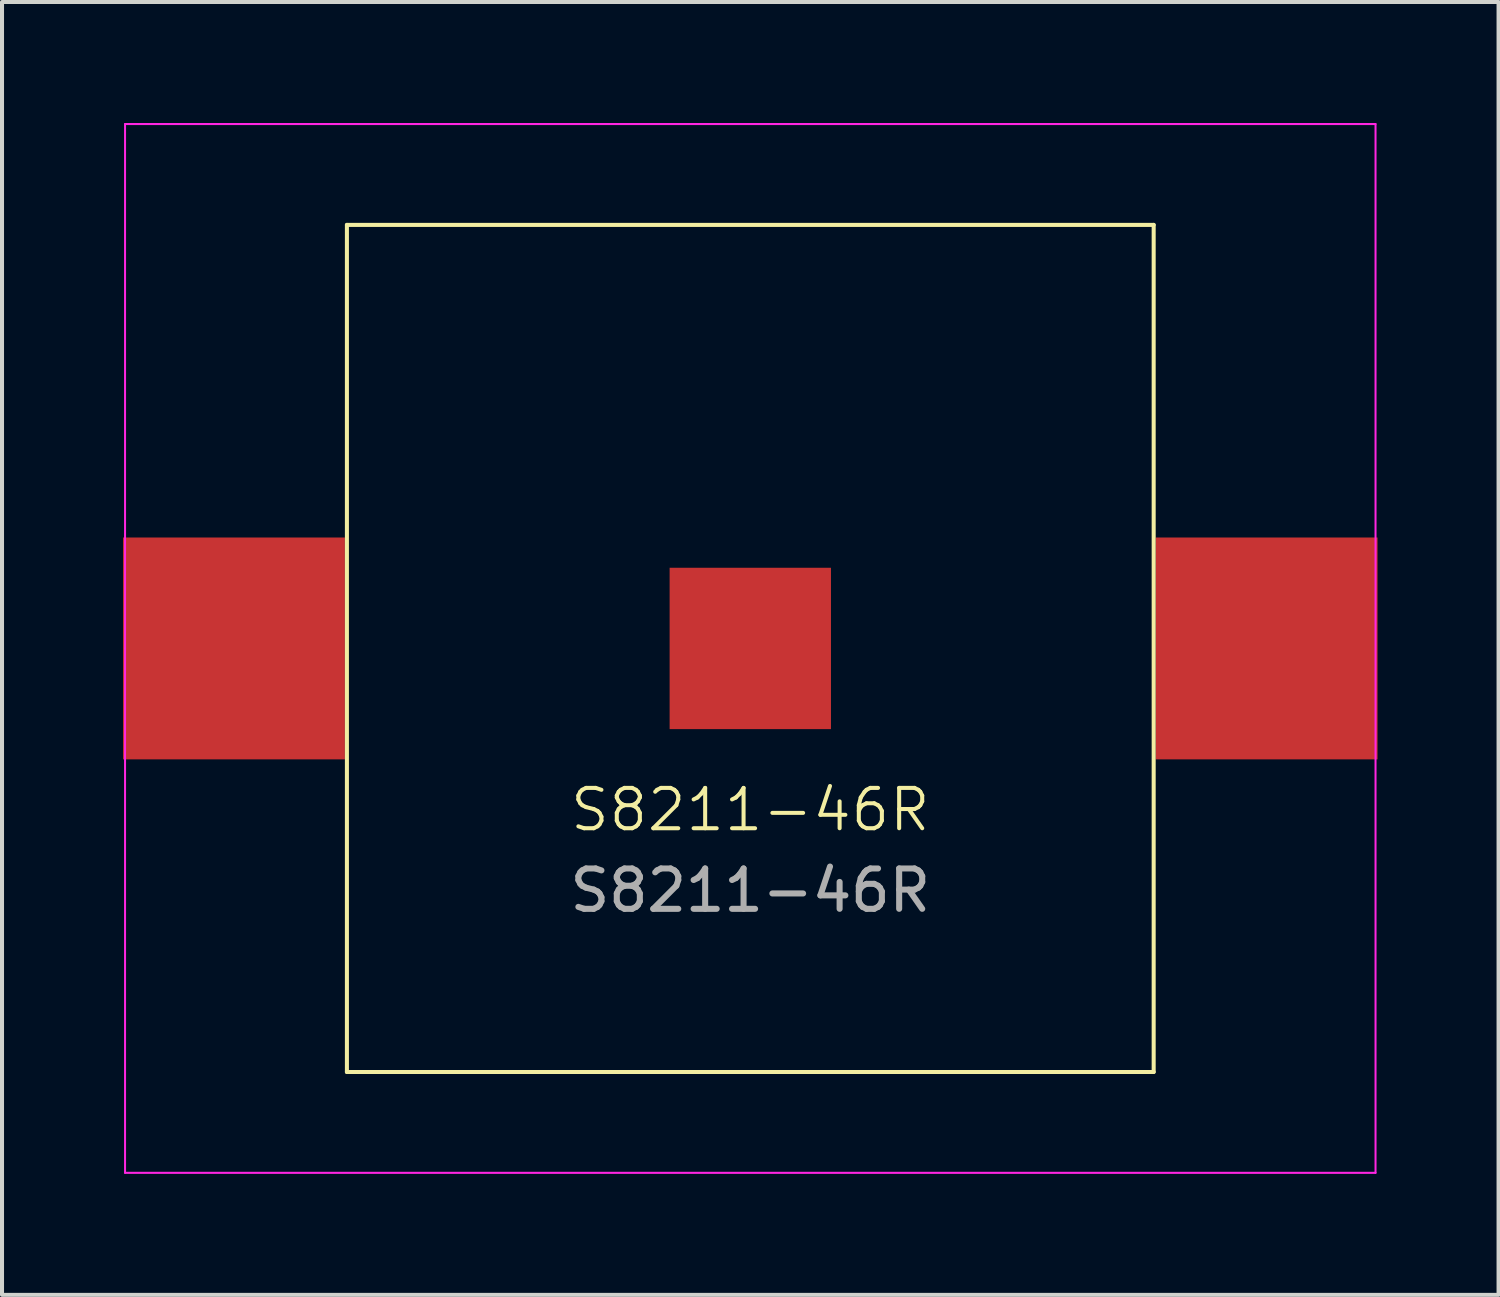
<source format=kicad_pcb>
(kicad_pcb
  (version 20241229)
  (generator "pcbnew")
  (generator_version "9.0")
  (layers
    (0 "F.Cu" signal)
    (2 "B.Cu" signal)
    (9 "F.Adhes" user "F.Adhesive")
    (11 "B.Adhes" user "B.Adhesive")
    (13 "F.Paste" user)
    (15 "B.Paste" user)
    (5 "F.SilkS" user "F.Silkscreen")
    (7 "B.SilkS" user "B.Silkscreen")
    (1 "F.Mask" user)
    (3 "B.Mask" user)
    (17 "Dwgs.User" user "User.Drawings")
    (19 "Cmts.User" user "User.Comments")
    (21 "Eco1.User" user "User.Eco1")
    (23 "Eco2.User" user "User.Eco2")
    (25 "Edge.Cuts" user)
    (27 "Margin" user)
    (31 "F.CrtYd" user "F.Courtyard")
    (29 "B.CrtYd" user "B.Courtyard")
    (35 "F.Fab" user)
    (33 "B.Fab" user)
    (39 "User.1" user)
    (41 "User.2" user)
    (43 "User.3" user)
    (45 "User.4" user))
  (footprint "S8211-46R"
    (layer "F.Cu")
    (at 15.55 13.025)
    (property "Reference" "S8211-46R" (at 0 4 0) (unlocked yes) (layer "F.SilkS") (effects (font (size 1 1) (thickness 0.1))))
    (attr smd)
    (fp_line (start -10 -10.5) (end 10 -10.5) (stroke (width 0.1) (type default)) (layer "F.SilkS"))
    (fp_line (start -10 10.5) (end -10 -10.5) (stroke (width 0.1) (type default)) (layer "F.SilkS"))
    (fp_line (start 10 -10.5) (end 10 10.5) (stroke (width 0.1) (type default)) (layer "F.SilkS"))
    (fp_line (start 10 10.5) (end -10 10.5) (stroke (width 0.1) (type default)) (layer "F.SilkS"))
    (fp_line (start -15.5 -13) (end 15.5 -13) (stroke (width 0.05) (type default)) (layer "F.CrtYd"))
    (fp_line (start -15.5 0) (end -15.5 -13) (stroke (width 0.05) (type default)) (layer "F.CrtYd"))
    (fp_line (start -15.5 13) (end -15.5 0) (stroke (width 0.05) (type default)) (layer "F.CrtYd"))
    (fp_line (start 15.5 -13) (end 15.5 13) (stroke (width 0.05) (type default)) (layer "F.CrtYd"))
    (fp_line (start 15.5 13) (end -15.5 13) (stroke (width 0.05) (type default)) (layer "F.CrtYd"))
    (fp_text user "${REFERENCE}" (at 0 6 0) (unlocked yes) (layer "F.Fab") (effects (font (size 1 1) (thickness 0.15))))
    (pad "1" smd rect (at -12.8 0) (size 5.5 5.5) (layers "F.Cu" "F.Mask" "F.Paste"))
    (pad "1" smd rect (at 12.8 0) (size 5.5 5.5) (layers "F.Cu" "F.Mask" "F.Paste"))
    (pad "2" smd rect (at 0 0) (size 4 4) (layers "F.Cu" "F.Mask" "F.Paste")))
  (gr_rect
    (start -3 -3)
    (end 34.1 29.05)
    (stroke (width 0.1) (type default))
    (fill no)
    (layer "Edge.Cuts")))
</source>
